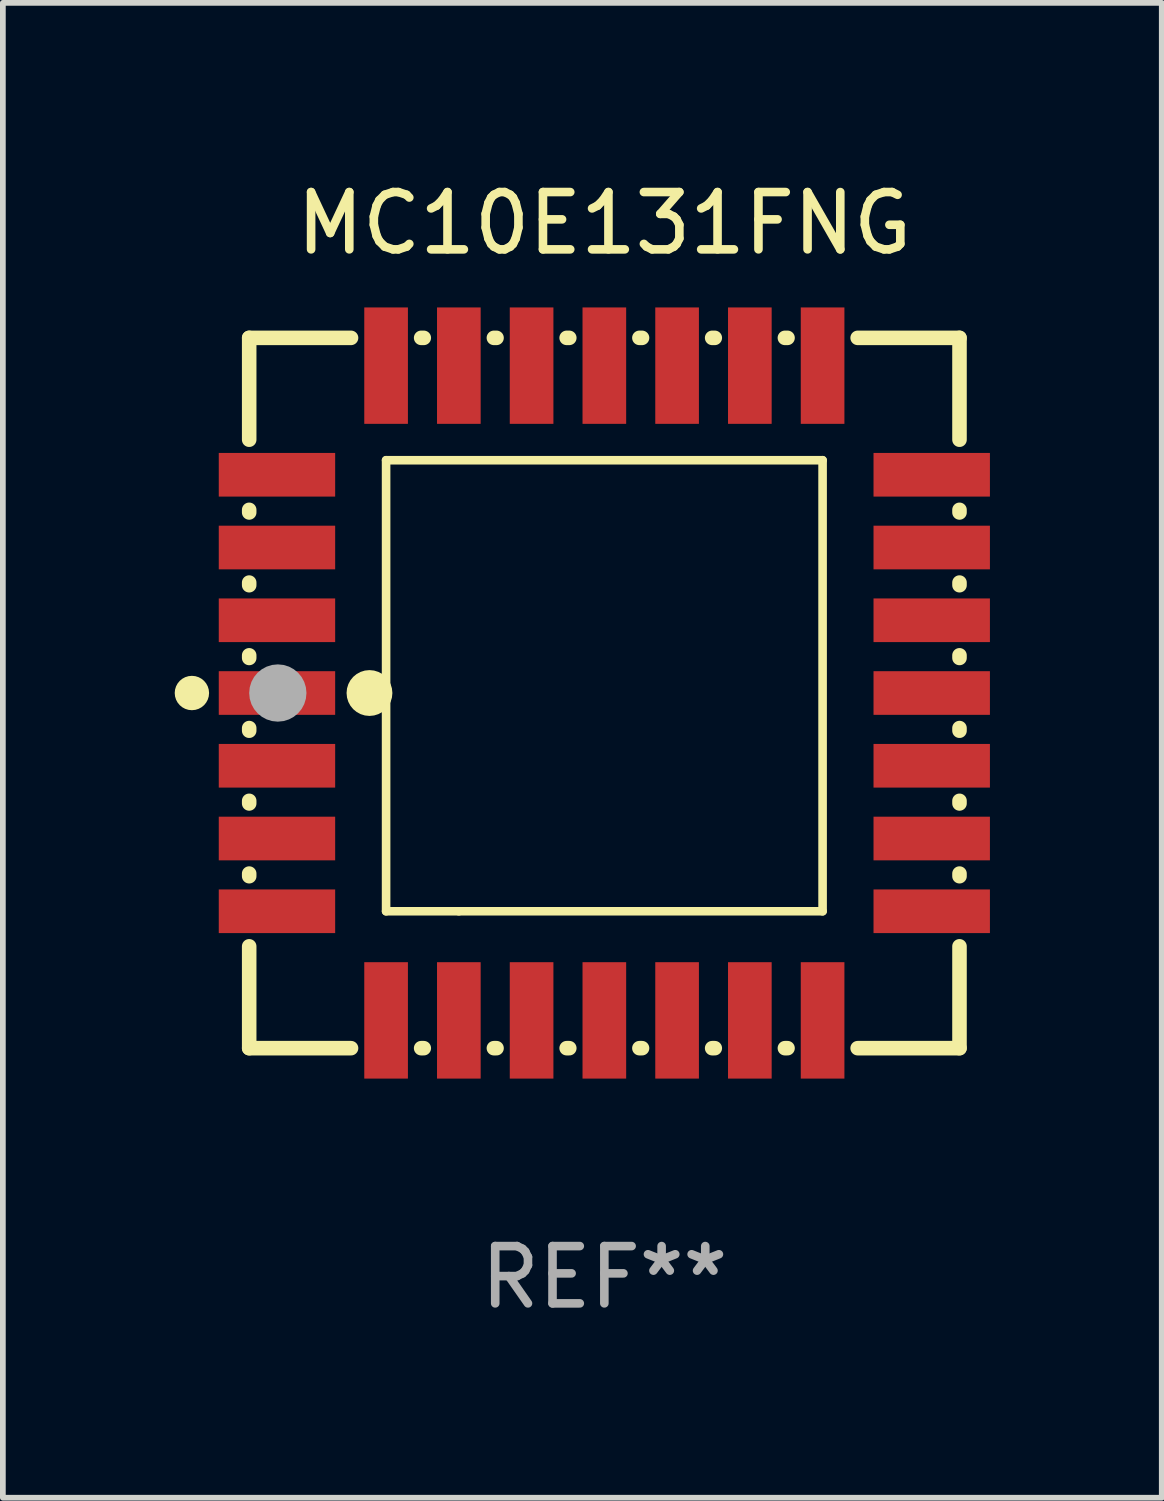
<source format=kicad_pcb>
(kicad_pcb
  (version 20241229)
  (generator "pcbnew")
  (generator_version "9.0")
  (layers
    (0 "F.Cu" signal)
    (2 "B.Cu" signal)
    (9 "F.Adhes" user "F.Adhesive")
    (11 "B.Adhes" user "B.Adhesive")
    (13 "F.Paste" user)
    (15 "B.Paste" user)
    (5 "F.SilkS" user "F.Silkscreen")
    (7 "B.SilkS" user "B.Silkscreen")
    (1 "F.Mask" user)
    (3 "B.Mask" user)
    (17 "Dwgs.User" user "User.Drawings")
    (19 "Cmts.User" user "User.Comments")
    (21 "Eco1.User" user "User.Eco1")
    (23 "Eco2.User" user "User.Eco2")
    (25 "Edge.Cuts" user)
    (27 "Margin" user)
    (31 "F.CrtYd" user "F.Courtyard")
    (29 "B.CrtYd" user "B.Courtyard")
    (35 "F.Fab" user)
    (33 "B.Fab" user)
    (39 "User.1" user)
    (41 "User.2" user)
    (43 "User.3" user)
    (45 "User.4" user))
  (footprint "MC10E131FNG"
    (layer "F.Cu")
    (at 7.5 9.048)
    (property "Reference" "MC10E131FNG" (at 0 -8.2 0) (layer "F.SilkS") (effects (font (size 1 1) (thickness 0.15))))
    (attr through_hole)
    (fp_line (start -6.2 -6.2) (end -4.422 -6.2) (stroke (width 0.254) (type solid)) (layer "F.SilkS"))
    (fp_line (start -6.2 -4.422) (end -6.2 -6.2) (stroke (width 0.254) (type solid)) (layer "F.SilkS"))
    (fp_line (start -6.2 -3.152) (end -6.2 -3.198) (stroke (width 0.254) (type solid)) (layer "F.SilkS"))
    (fp_line (start -6.2 -1.882) (end -6.2 -1.928) (stroke (width 0.254) (type solid)) (layer "F.SilkS"))
    (fp_line (start -6.2 -0.612) (end -6.2 -0.658) (stroke (width 0.254) (type solid)) (layer "F.SilkS"))
    (fp_line (start -6.2 0.658) (end -6.2 0.612) (stroke (width 0.254) (type solid)) (layer "F.SilkS"))
    (fp_line (start -6.2 1.928) (end -6.2 1.882) (stroke (width 0.254) (type solid)) (layer "F.SilkS"))
    (fp_line (start -6.2 3.198) (end -6.2 3.152) (stroke (width 0.254) (type solid)) (layer "F.SilkS"))
    (fp_line (start -6.2 6.2) (end -6.2 4.422) (stroke (width 0.254) (type solid)) (layer "F.SilkS"))
    (fp_line (start -4.422 6.2) (end -6.2 6.2) (stroke (width 0.254) (type solid)) (layer "F.SilkS"))
    (fp_line (start -3.81 -4.064) (end 3.81 -4.064) (stroke (width 0.15) (type solid)) (layer "F.SilkS"))
    (fp_line (start -3.81 3.81) (end -3.81 -4.064) (stroke (width 0.15) (type solid)) (layer "F.SilkS"))
    (fp_line (start -3.198 -6.2) (end -3.152 -6.2) (stroke (width 0.254) (type solid)) (layer "F.SilkS"))
    (fp_line (start -3.152 6.2) (end -3.198 6.2) (stroke (width 0.254) (type solid)) (layer "F.SilkS"))
    (fp_line (start -2.54 3.81) (end -3.81 3.81) (stroke (width 0.15) (type solid)) (layer "F.SilkS"))
    (fp_line (start -1.928 -6.2) (end -1.882 -6.2) (stroke (width 0.254) (type solid)) (layer "F.SilkS"))
    (fp_line (start -1.882 6.2) (end -1.928 6.2) (stroke (width 0.254) (type solid)) (layer "F.SilkS"))
    (fp_line (start -0.658 -6.2) (end -0.612 -6.2) (stroke (width 0.254) (type solid)) (layer "F.SilkS"))
    (fp_line (start -0.612 6.2) (end -0.658 6.2) (stroke (width 0.254) (type solid)) (layer "F.SilkS"))
    (fp_line (start 0.612 -6.2) (end 0.658 -6.2) (stroke (width 0.254) (type solid)) (layer "F.SilkS"))
    (fp_line (start 0.658 6.2) (end 0.612 6.2) (stroke (width 0.254) (type solid)) (layer "F.SilkS"))
    (fp_line (start 1.882 -6.2) (end 1.928 -6.2) (stroke (width 0.254) (type solid)) (layer "F.SilkS"))
    (fp_line (start 1.928 6.2) (end 1.882 6.2) (stroke (width 0.254) (type solid)) (layer "F.SilkS"))
    (fp_line (start 3.152 -6.2) (end 3.198 -6.2) (stroke (width 0.254) (type solid)) (layer "F.SilkS"))
    (fp_line (start 3.198 6.2) (end 3.152 6.2) (stroke (width 0.254) (type solid)) (layer "F.SilkS"))
    (fp_line (start 3.81 -4.064) (end 3.81 3.81) (stroke (width 0.15) (type solid)) (layer "F.SilkS"))
    (fp_line (start 3.81 3.81) (end -2.54 3.81) (stroke (width 0.15) (type solid)) (layer "F.SilkS"))
    (fp_line (start 4.422 -6.2) (end 6.2 -6.2) (stroke (width 0.254) (type solid)) (layer "F.SilkS"))
    (fp_line (start 6.2 -6.2) (end 6.2 -4.422) (stroke (width 0.254) (type solid)) (layer "F.SilkS"))
    (fp_line (start 6.2 -3.198) (end 6.2 -3.152) (stroke (width 0.254) (type solid)) (layer "F.SilkS"))
    (fp_line (start 6.2 -1.928) (end 6.2 -1.882) (stroke (width 0.254) (type solid)) (layer "F.SilkS"))
    (fp_line (start 6.2 -0.658) (end 6.2 -0.612) (stroke (width 0.254) (type solid)) (layer "F.SilkS"))
    (fp_line (start 6.2 0.612) (end 6.2 0.658) (stroke (width 0.254) (type solid)) (layer "F.SilkS"))
    (fp_line (start 6.2 1.882) (end 6.2 1.928) (stroke (width 0.254) (type solid)) (layer "F.SilkS"))
    (fp_line (start 6.2 3.152) (end 6.2 3.198) (stroke (width 0.254) (type solid)) (layer "F.SilkS"))
    (fp_line (start 6.2 4.422) (end 6.2 6.2) (stroke (width 0.254) (type solid)) (layer "F.SilkS"))
    (fp_line (start 6.2 6.2) (end 4.422 6.2) (stroke (width 0.254) (type solid)) (layer "F.SilkS"))
    (fp_circle (center -7.2 0) (end -7.05 0) (stroke (width 0.3) (type solid)) (fill no) (layer "F.SilkS"))
    (fp_circle (center -6.223 6.223) (end -6.193 6.223) (stroke (width 0.06) (type solid)) (fill no) (layer "F.SilkS"))
    (fp_circle (center -4.1 0) (end -3.9 0) (stroke (width 0.4) (type solid)) (fill no) (layer "F.SilkS"))
    (fp_circle (center -5.7 0) (end -5.45 0) (stroke (width 0.5) (type solid)) (fill no) (layer "F.Fab"))
    (fp_text user "REF**" (at 0 10.2 0) (layer "F.Fab") (effects (font (size 1 1) (thickness 0.15))))
    (pad "1" smd rect (at -5.715 0) (size 2.032 0.762) (layers "F.Cu" "F.Mask" "F.Paste"))
    (pad "2" smd rect (at -5.715 1.27) (size 2.032 0.762) (layers "F.Cu" "F.Mask" "F.Paste"))
    (pad "3" smd rect (at -5.715 2.54) (size 2.032 0.762) (layers "F.Cu" "F.Mask" "F.Paste"))
    (pad "4" smd rect (at -5.715 3.81) (size 2.032 0.762) (layers "F.Cu" "F.Mask" "F.Paste"))
    (pad "5" smd rect (at -3.81 5.715) (size 0.762 2.032) (layers "F.Cu" "F.Mask" "F.Paste"))
    (pad "6" smd rect (at -2.54 5.715) (size 0.762 2.032) (layers "F.Cu" "F.Mask" "F.Paste"))
    (pad "7" smd rect (at -1.27 5.715) (size 0.762 2.032) (layers "F.Cu" "F.Mask" "F.Paste"))
    (pad "8" smd rect (at 0 5.715) (size 0.762 2.032) (layers "F.Cu" "F.Mask" "F.Paste"))
    (pad "9" smd rect (at 1.27 5.715) (size 0.762 2.032) (layers "F.Cu" "F.Mask" "F.Paste"))
    (pad "10" smd rect (at 2.54 5.715) (size 0.762 2.032) (layers "F.Cu" "F.Mask" "F.Paste"))
    (pad "11" smd rect (at 3.81 5.715) (size 0.762 2.032) (layers "F.Cu" "F.Mask" "F.Paste"))
    (pad "12" smd rect (at 5.715 3.81) (size 2.032 0.762) (layers "F.Cu" "F.Mask" "F.Paste"))
    (pad "13" smd rect (at 5.715 2.54) (size 2.032 0.762) (layers "F.Cu" "F.Mask" "F.Paste"))
    (pad "14" smd rect (at 5.715 1.27) (size 2.032 0.762) (layers "F.Cu" "F.Mask" "F.Paste"))
    (pad "15" smd rect (at 5.715 0) (size 2.032 0.762) (layers "F.Cu" "F.Mask" "F.Paste"))
    (pad "16" smd rect (at 5.715 -1.27) (size 2.032 0.762) (layers "F.Cu" "F.Mask" "F.Paste"))
    (pad "17" smd rect (at 5.715 -2.54) (size 2.032 0.762) (layers "F.Cu" "F.Mask" "F.Paste"))
    (pad "18" smd rect (at 5.715 -3.81) (size 2.032 0.762) (layers "F.Cu" "F.Mask" "F.Paste"))
    (pad "19" smd rect (at 3.81 -5.715) (size 0.762 2.032) (layers "F.Cu" "F.Mask" "F.Paste"))
    (pad "20" smd rect (at 2.54 -5.715) (size 0.762 2.032) (layers "F.Cu" "F.Mask" "F.Paste"))
    (pad "21" smd rect (at 1.27 -5.715) (size 0.762 2.032) (layers "F.Cu" "F.Mask" "F.Paste"))
    (pad "22" smd rect (at 0 -5.715) (size 0.762 2.032) (layers "F.Cu" "F.Mask" "F.Paste"))
    (pad "23" smd rect (at -1.27 -5.715) (size 0.762 2.032) (layers "F.Cu" "F.Mask" "F.Paste"))
    (pad "24" smd rect (at -2.54 -5.715) (size 0.762 2.032) (layers "F.Cu" "F.Mask" "F.Paste"))
    (pad "25" smd rect (at -3.81 -5.715) (size 0.762 2.032) (layers "F.Cu" "F.Mask" "F.Paste"))
    (pad "26" smd rect (at -5.715 -3.81) (size 2.032 0.762) (layers "F.Cu" "F.Mask" "F.Paste"))
    (pad "27" smd rect (at -5.715 -2.54) (size 2.032 0.762) (layers "F.Cu" "F.Mask" "F.Paste"))
    (pad "28" smd rect (at -5.715 -1.27) (size 2.032 0.762) (layers "F.Cu" "F.Mask" "F.Paste")))
  (gr_rect
    (start -3 -3)
    (end 17.231 23.096)
    (stroke (width 0.1) (type default))
    (fill no)
    (layer "Edge.Cuts")))
</source>
